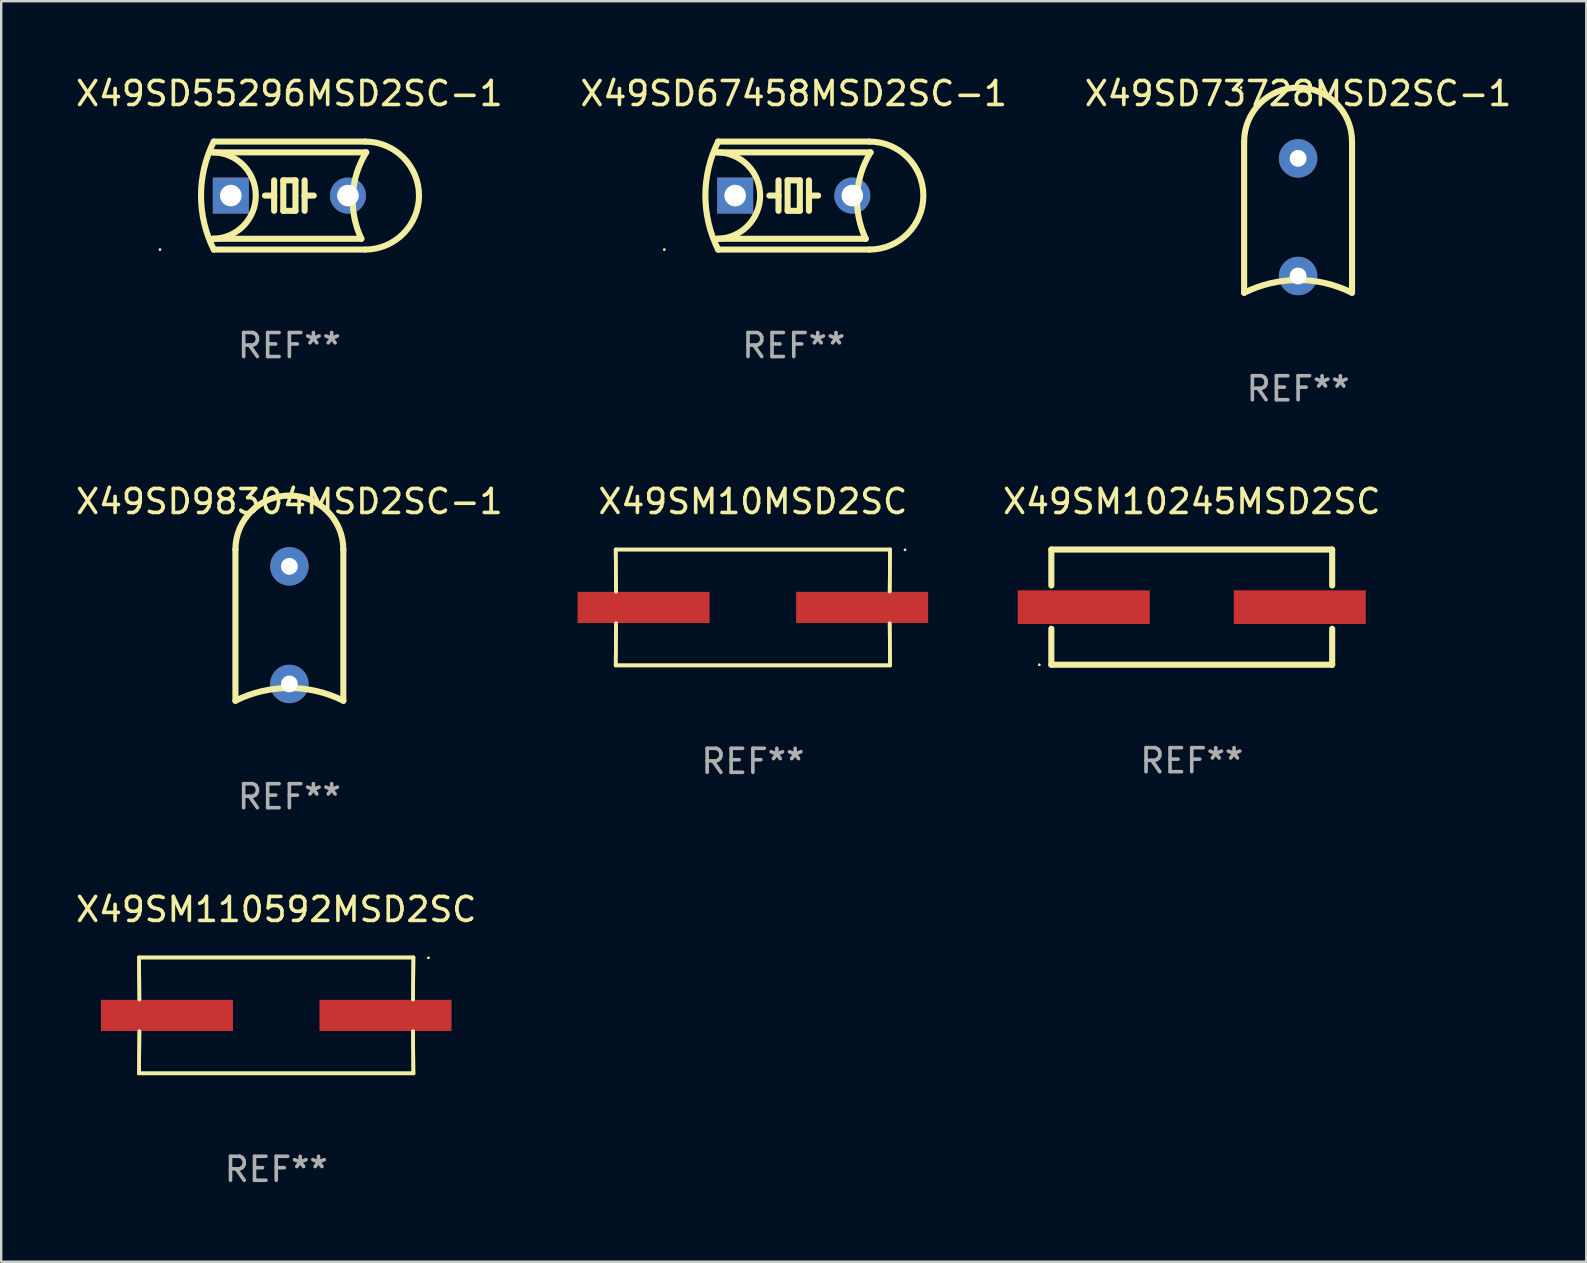
<source format=kicad_pcb>
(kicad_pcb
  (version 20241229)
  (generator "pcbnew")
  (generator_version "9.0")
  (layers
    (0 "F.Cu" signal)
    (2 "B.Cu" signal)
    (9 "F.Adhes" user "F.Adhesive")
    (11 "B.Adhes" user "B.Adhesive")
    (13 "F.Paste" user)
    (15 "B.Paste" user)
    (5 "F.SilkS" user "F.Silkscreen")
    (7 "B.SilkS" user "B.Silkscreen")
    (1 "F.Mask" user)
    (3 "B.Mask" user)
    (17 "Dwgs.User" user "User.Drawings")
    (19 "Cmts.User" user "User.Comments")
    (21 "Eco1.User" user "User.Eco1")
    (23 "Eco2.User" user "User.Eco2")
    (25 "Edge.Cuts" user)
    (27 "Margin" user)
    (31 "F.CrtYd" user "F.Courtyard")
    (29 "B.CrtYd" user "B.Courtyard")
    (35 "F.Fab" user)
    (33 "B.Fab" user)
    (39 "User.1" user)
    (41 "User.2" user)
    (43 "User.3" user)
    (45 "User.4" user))
  (footprint "X49SM10245MSD2SC"
    (layer "F.Cu")
    (at 46.6 22.244)
    (property "Reference" "X49SM10245MSD2SC" (at 0 -4.4 0) (layer "F.SilkS") (effects (font (size 1 1) (thickness 0.15))))
    (attr through_hole)
    (fp_line (start -5.85 -2.4) (end 5.85 -2.4) (stroke (width 0.254) (type solid)) (layer "F.SilkS"))
    (fp_line (start -5.85 -2.4) (end -5.85 -0.9) (stroke (width 0.254) (type solid)) (layer "F.SilkS"))
    (fp_line (start -5.85 2.4) (end 5.85 2.4) (stroke (width 0.254) (type solid)) (layer "F.SilkS"))
    (fp_line (start -5.85 0.9) (end -5.85 2.4) (stroke (width 0.254) (type solid)) (layer "F.SilkS"))
    (fp_line (start 5.85 -2.4) (end 5.85 -0.9) (stroke (width 0.254) (type solid)) (layer "F.SilkS"))
    (fp_line (start 5.85 0.9) (end 5.85 2.4) (stroke (width 0.254) (type solid)) (layer "F.SilkS"))
    (fp_circle (center -6.35 2.4) (end -6.32 2.4) (stroke (width 0.06) (type solid)) (fill no) (layer "F.SilkS"))
    (fp_text user "REF**" (at 0 6.4 0) (layer "F.Fab") (effects (font (size 1 1) (thickness 0.15))))
    (pad "1" smd rect (at -4.5 -0.000025) (size 5.5 1.4) (layers "F.Cu" "F.Mask" "F.Paste"))
    (pad "2" smd rect (at 4.5 -0.000025) (size 5.5 1.4) (layers "F.Cu" "F.Mask" "F.Paste")))
  (footprint "X49SM10MSD2SC"
    (layer "F.Cu")
    (at 28.315 22.257)
    (property "Reference" "X49SM10MSD2SC" (at 0 -4.413 0) (layer "F.SilkS") (effects (font (size 1 1) (thickness 0.15))))
    (attr through_hole)
    (fp_line (start -5.715 -2.413) (end -5.7 -0.662) (stroke (width 0.152) (type solid)) (layer "F.SilkS"))
    (fp_line (start -5.715 -2.413) (end -5.7 -0.662) (stroke (width 0.152) (type solid)) (layer "F.SilkS"))
    (fp_line (start -5.715 2.413) (end 5.715 2.413) (stroke (width 0.152) (type solid)) (layer "F.SilkS"))
    (fp_line (start -5.715 2.413) (end 5.715 2.413) (stroke (width 0.152) (type solid)) (layer "F.SilkS"))
    (fp_line (start -5.7 0.662) (end -5.715 2.413) (stroke (width 0.152) (type solid)) (layer "F.SilkS"))
    (fp_line (start -5.7 0.662) (end -5.715 2.413) (stroke (width 0.152) (type solid)) (layer "F.SilkS"))
    (fp_line (start 5.7 -0.662) (end 5.715 -2.413) (stroke (width 0.152) (type solid)) (layer "F.SilkS"))
    (fp_line (start 5.7 -0.662) (end 5.715 -2.413) (stroke (width 0.152) (type solid)) (layer "F.SilkS"))
    (fp_line (start 5.715 -2.413) (end -5.715 -2.413) (stroke (width 0.152) (type solid)) (layer "F.SilkS"))
    (fp_line (start 5.715 -2.413) (end -5.715 -2.413) (stroke (width 0.152) (type solid)) (layer "F.SilkS"))
    (fp_line (start 5.715 2.413) (end 5.7 0.662) (stroke (width 0.152) (type solid)) (layer "F.SilkS"))
    (fp_line (start 5.715 2.413) (end 5.7 0.662) (stroke (width 0.152) (type solid)) (layer "F.SilkS"))
    (fp_circle (center 6.34 -2.4) (end 6.37 -2.4) (stroke (width 0.06) (type solid)) (fill no) (layer "F.SilkS"))
    (fp_text user "REF**" (at 0 6.413 0) (layer "F.Fab") (effects (font (size 1 1) (thickness 0.15))))
    (pad "1" smd rect (at 4.553 0) (size 5.5 1.3) (layers "F.Cu" "F.Mask" "F.Paste"))
    (pad "2" smd rect (at -4.553 0) (size 5.5 1.3) (layers "F.Cu" "F.Mask" "F.Paste")))
  (footprint "X49SD55296MSD2SC-1"
    (layer "F.Cu")
    (at 9.006 5.098)
    (property "Reference" "X49SD55296MSD2SC-1" (at 0 -4.25 0) (layer "F.SilkS") (effects (font (size 1 1) (thickness 0.15))))
    (attr through_hole)
    (fp_line (start -3.2 -1.8) (end 3.2 -1.8) (stroke (width 0.254) (type solid)) (layer "F.SilkS"))
    (fp_line (start -3.15 2.25) (end 3.15 2.25) (stroke (width 0.254) (type solid)) (layer "F.SilkS"))
    (fp_line (start -0.635 -0.635) (end -0.635 0) (stroke (width 0.254) (type solid)) (layer "F.SilkS"))
    (fp_line (start -0.635 0) (end -1.016 0) (stroke (width 0.254) (type solid)) (layer "F.SilkS"))
    (fp_line (start -0.635 0) (end -0.635 0.635) (stroke (width 0.254) (type solid)) (layer "F.SilkS"))
    (fp_line (start -0.254 -0.635) (end -0.254 0.635) (stroke (width 0.254) (type solid)) (layer "F.SilkS"))
    (fp_line (start -0.254 0.635) (end 0.254 0.635) (stroke (width 0.254) (type solid)) (layer "F.SilkS"))
    (fp_line (start 0.254 -0.635) (end -0.254 -0.635) (stroke (width 0.254) (type solid)) (layer "F.SilkS"))
    (fp_line (start 0.254 0.635) (end 0.254 -0.635) (stroke (width 0.254) (type solid)) (layer "F.SilkS"))
    (fp_line (start 0.635 -0.635) (end 0.635 0) (stroke (width 0.254) (type solid)) (layer "F.SilkS"))
    (fp_line (start 0.635 0) (end 0.635 0.635) (stroke (width 0.254) (type solid)) (layer "F.SilkS"))
    (fp_line (start 0.635 0) (end 1.016 0) (stroke (width 0.254) (type solid)) (layer "F.SilkS"))
    (fp_line (start 3 1.8) (end -3.2 1.8) (stroke (width 0.254) (type solid)) (layer "F.SilkS"))
    (fp_line (start 3.15 -2.25) (end -3.15 -2.25) (stroke (width 0.254) (type solid)) (layer "F.SilkS"))
    (fp_arc (start -3.200406 -1.800864) (mid -1.399974 -0.000635) (end -3.2 1.8) (stroke (width 0.254001) (type solid)) (layer "F.SilkS"))
    (fp_arc (start -3.149606 2.250444) (mid -3.680941 0.000261) (end -3.149987 -2.250013) (stroke (width 0.254001) (type solid)) (layer "F.SilkS"))
    (fp_arc (start 2.999746 1.800863) (mid 2.642982 -0.024977) (end 3.2 -1.8) (stroke (width 0.254001) (type solid)) (layer "F.SilkS"))
    (fp_arc (start 3.149607 -2.250445) (mid 5.399848 -0.000406) (end 3.149987 2.250013) (stroke (width 0.254001) (type solid)) (layer "F.SilkS"))
    (fp_circle (center -5.392 2.25) (end -5.362 2.25) (stroke (width 0.06) (type solid)) (fill no) (layer "F.SilkS"))
    (fp_text user "REF**" (at 0 6.25 0) (layer "F.Fab") (effects (font (size 1 1) (thickness 0.15))))
    (pad "1" thru_hole rect (at -2.44 0) (size 1.5 1.5) (drill 0.9) (layers "*.Cu" "*.Mask"))
    (pad "2" thru_hole circle (at 2.44 0) (size 1.5 1.5) (drill 0.9) (layers "*.Cu" "*.Mask")))
  (footprint "X49SD98304MSD2SC-1"
    (layer "F.Cu")
    (at 9.006 22.994)
    (property "Reference" "X49SD98304MSD2SC-1" (at 0 -5.15 0) (layer "F.SilkS") (effects (font (size 1 1) (thickness 0.15))))
    (attr through_hole)
    (fp_line (start -2.248 3.15) (end -2.248 -3.15) (stroke (width 0.254) (type solid)) (layer "F.SilkS"))
    (fp_line (start 2.248 3.15) (end 2.248 -3.15) (stroke (width 0.254) (type solid)) (layer "F.SilkS"))
    (fp_arc (start -2.247904 -3.149606) (mid 0 -5.39751) (end 2.247904 -3.149606) (stroke (width 0.254001) (type solid)) (layer "F.SilkS"))
    (fp_arc (start -2.247904 3.149606) (mid 0 2.618948) (end 2.247905 3.149606) (stroke (width 0.254001) (type solid)) (layer "F.SilkS"))
    (fp_circle (center -2.375 -5.398) (end -2.345 -5.398) (stroke (width 0.06) (type solid)) (fill no) (layer "F.SilkS"))
    (fp_text user "REF**" (at 0 7.15 0) (layer "F.Fab") (effects (font (size 1 1) (thickness 0.15))))
    (pad "1" thru_hole circle (at 0 -2.45) (size 1.6 1.6) (drill 0.7) (layers "*.Cu" "*.Mask"))
    (pad "2" thru_hole circle (at 0 2.45) (size 1.6 1.6) (drill 0.7) (layers "*.Cu" "*.Mask")))
  (footprint "X49SD67458MSD2SC-1"
    (layer "F.Cu")
    (at 30.018 5.098)
    (property "Reference" "X49SD67458MSD2SC-1" (at 0 -4.25 0) (layer "F.SilkS") (effects (font (size 1 1) (thickness 0.15))))
    (attr through_hole)
    (fp_line (start -3.2 -1.8) (end 3.2 -1.8) (stroke (width 0.254) (type solid)) (layer "F.SilkS"))
    (fp_line (start -3.15 2.25) (end 3.15 2.25) (stroke (width 0.254) (type solid)) (layer "F.SilkS"))
    (fp_line (start -0.635 -0.635) (end -0.635 0) (stroke (width 0.254) (type solid)) (layer "F.SilkS"))
    (fp_line (start -0.635 0) (end -1.016 0) (stroke (width 0.254) (type solid)) (layer "F.SilkS"))
    (fp_line (start -0.635 0) (end -0.635 0.635) (stroke (width 0.254) (type solid)) (layer "F.SilkS"))
    (fp_line (start -0.254 -0.635) (end -0.254 0.635) (stroke (width 0.254) (type solid)) (layer "F.SilkS"))
    (fp_line (start -0.254 0.635) (end 0.254 0.635) (stroke (width 0.254) (type solid)) (layer "F.SilkS"))
    (fp_line (start 0.254 -0.635) (end -0.254 -0.635) (stroke (width 0.254) (type solid)) (layer "F.SilkS"))
    (fp_line (start 0.254 0.635) (end 0.254 -0.635) (stroke (width 0.254) (type solid)) (layer "F.SilkS"))
    (fp_line (start 0.635 -0.635) (end 0.635 0) (stroke (width 0.254) (type solid)) (layer "F.SilkS"))
    (fp_line (start 0.635 0) (end 0.635 0.635) (stroke (width 0.254) (type solid)) (layer "F.SilkS"))
    (fp_line (start 0.635 0) (end 1.016 0) (stroke (width 0.254) (type solid)) (layer "F.SilkS"))
    (fp_line (start 3 1.8) (end -3.2 1.8) (stroke (width 0.254) (type solid)) (layer "F.SilkS"))
    (fp_line (start 3.15 -2.25) (end -3.15 -2.25) (stroke (width 0.254) (type solid)) (layer "F.SilkS"))
    (fp_arc (start -3.200406 -1.800864) (mid -1.399974 -0.000635) (end -3.2 1.8) (stroke (width 0.254001) (type solid)) (layer "F.SilkS"))
    (fp_arc (start -3.149606 2.250444) (mid -3.680941 0.000261) (end -3.149987 -2.250013) (stroke (width 0.254001) (type solid)) (layer "F.SilkS"))
    (fp_arc (start 2.999746 1.800863) (mid 2.642982 -0.024977) (end 3.2 -1.8) (stroke (width 0.254001) (type solid)) (layer "F.SilkS"))
    (fp_arc (start 3.149607 -2.250445) (mid 5.399848 -0.000406) (end 3.149987 2.250013) (stroke (width 0.254001) (type solid)) (layer "F.SilkS"))
    (fp_circle (center -5.392 2.25) (end -5.362 2.25) (stroke (width 0.06) (type solid)) (fill no) (layer "F.SilkS"))
    (fp_text user "REF**" (at 0 6.25 0) (layer "F.Fab") (effects (font (size 1 1) (thickness 0.15))))
    (pad "1" thru_hole rect (at -2.44 0) (size 1.5 1.5) (drill 0.9) (layers "*.Cu" "*.Mask"))
    (pad "2" thru_hole circle (at 2.44 0) (size 1.5 1.5) (drill 0.9) (layers "*.Cu" "*.Mask")))
  (footprint "X49SM110592MSD2SC"
    (layer "F.Cu")
    (at 8.458 39.253)
    (property "Reference" "X49SM110592MSD2SC" (at 0 -4.413 0) (layer "F.SilkS") (effects (font (size 1 1) (thickness 0.15))))
    (attr through_hole)
    (fp_line (start -5.715 -2.413) (end -5.7 -0.662) (stroke (width 0.152) (type solid)) (layer "F.SilkS"))
    (fp_line (start -5.715 -2.413) (end -5.7 -0.662) (stroke (width 0.152) (type solid)) (layer "F.SilkS"))
    (fp_line (start -5.715 2.413) (end 5.715 2.413) (stroke (width 0.152) (type solid)) (layer "F.SilkS"))
    (fp_line (start -5.715 2.413) (end 5.715 2.413) (stroke (width 0.152) (type solid)) (layer "F.SilkS"))
    (fp_line (start -5.7 0.662) (end -5.715 2.413) (stroke (width 0.152) (type solid)) (layer "F.SilkS"))
    (fp_line (start -5.7 0.662) (end -5.715 2.413) (stroke (width 0.152) (type solid)) (layer "F.SilkS"))
    (fp_line (start 5.7 -0.662) (end 5.715 -2.413) (stroke (width 0.152) (type solid)) (layer "F.SilkS"))
    (fp_line (start 5.7 -0.662) (end 5.715 -2.413) (stroke (width 0.152) (type solid)) (layer "F.SilkS"))
    (fp_line (start 5.715 -2.413) (end -5.715 -2.413) (stroke (width 0.152) (type solid)) (layer "F.SilkS"))
    (fp_line (start 5.715 -2.413) (end -5.715 -2.413) (stroke (width 0.152) (type solid)) (layer "F.SilkS"))
    (fp_line (start 5.715 2.413) (end 5.7 0.662) (stroke (width 0.152) (type solid)) (layer "F.SilkS"))
    (fp_line (start 5.715 2.413) (end 5.7 0.662) (stroke (width 0.152) (type solid)) (layer "F.SilkS"))
    (fp_circle (center 6.34 -2.4) (end 6.37 -2.4) (stroke (width 0.06) (type solid)) (fill no) (layer "F.SilkS"))
    (fp_text user "REF**" (at 0 6.413 0) (layer "F.Fab") (effects (font (size 1 1) (thickness 0.15))))
    (pad "1" smd rect (at 4.553 0) (size 5.5 1.3) (layers "F.Cu" "F.Mask" "F.Paste"))
    (pad "2" smd rect (at -4.553 0) (size 5.5 1.3) (layers "F.Cu" "F.Mask" "F.Paste")))
  (footprint "X49SD73728MSD2SC-1"
    (layer "F.Cu")
    (at 51.03 5.998)
    (property "Reference" "X49SD73728MSD2SC-1" (at 0 -5.15 0) (layer "F.SilkS") (effects (font (size 1 1) (thickness 0.15))))
    (attr through_hole)
    (fp_line (start -2.248 3.15) (end -2.248 -3.15) (stroke (width 0.254) (type solid)) (layer "F.SilkS"))
    (fp_line (start 2.248 3.15) (end 2.248 -3.15) (stroke (width 0.254) (type solid)) (layer "F.SilkS"))
    (fp_arc (start -2.247904 -3.149606) (mid 0 -5.39751) (end 2.247904 -3.149606) (stroke (width 0.254001) (type solid)) (layer "F.SilkS"))
    (fp_arc (start -2.247904 3.149606) (mid 0 2.618948) (end 2.247905 3.149606) (stroke (width 0.254001) (type solid)) (layer "F.SilkS"))
    (fp_circle (center -2.375 -5.398) (end -2.345 -5.398) (stroke (width 0.06) (type solid)) (fill no) (layer "F.SilkS"))
    (fp_text user "REF**" (at 0 7.15 0) (layer "F.Fab") (effects (font (size 1 1) (thickness 0.15))))
    (pad "1" thru_hole circle (at 0 -2.45) (size 1.6 1.6) (drill 0.7) (layers "*.Cu" "*.Mask"))
    (pad "2" thru_hole circle (at 0 2.45) (size 1.6 1.6) (drill 0.7) (layers "*.Cu" "*.Mask")))
  (gr_rect
    (start -3 -3)
    (end 63.036 49.514)
    (stroke (width 0.1) (type default))
    (fill no)
    (layer "Edge.Cuts")))
</source>
